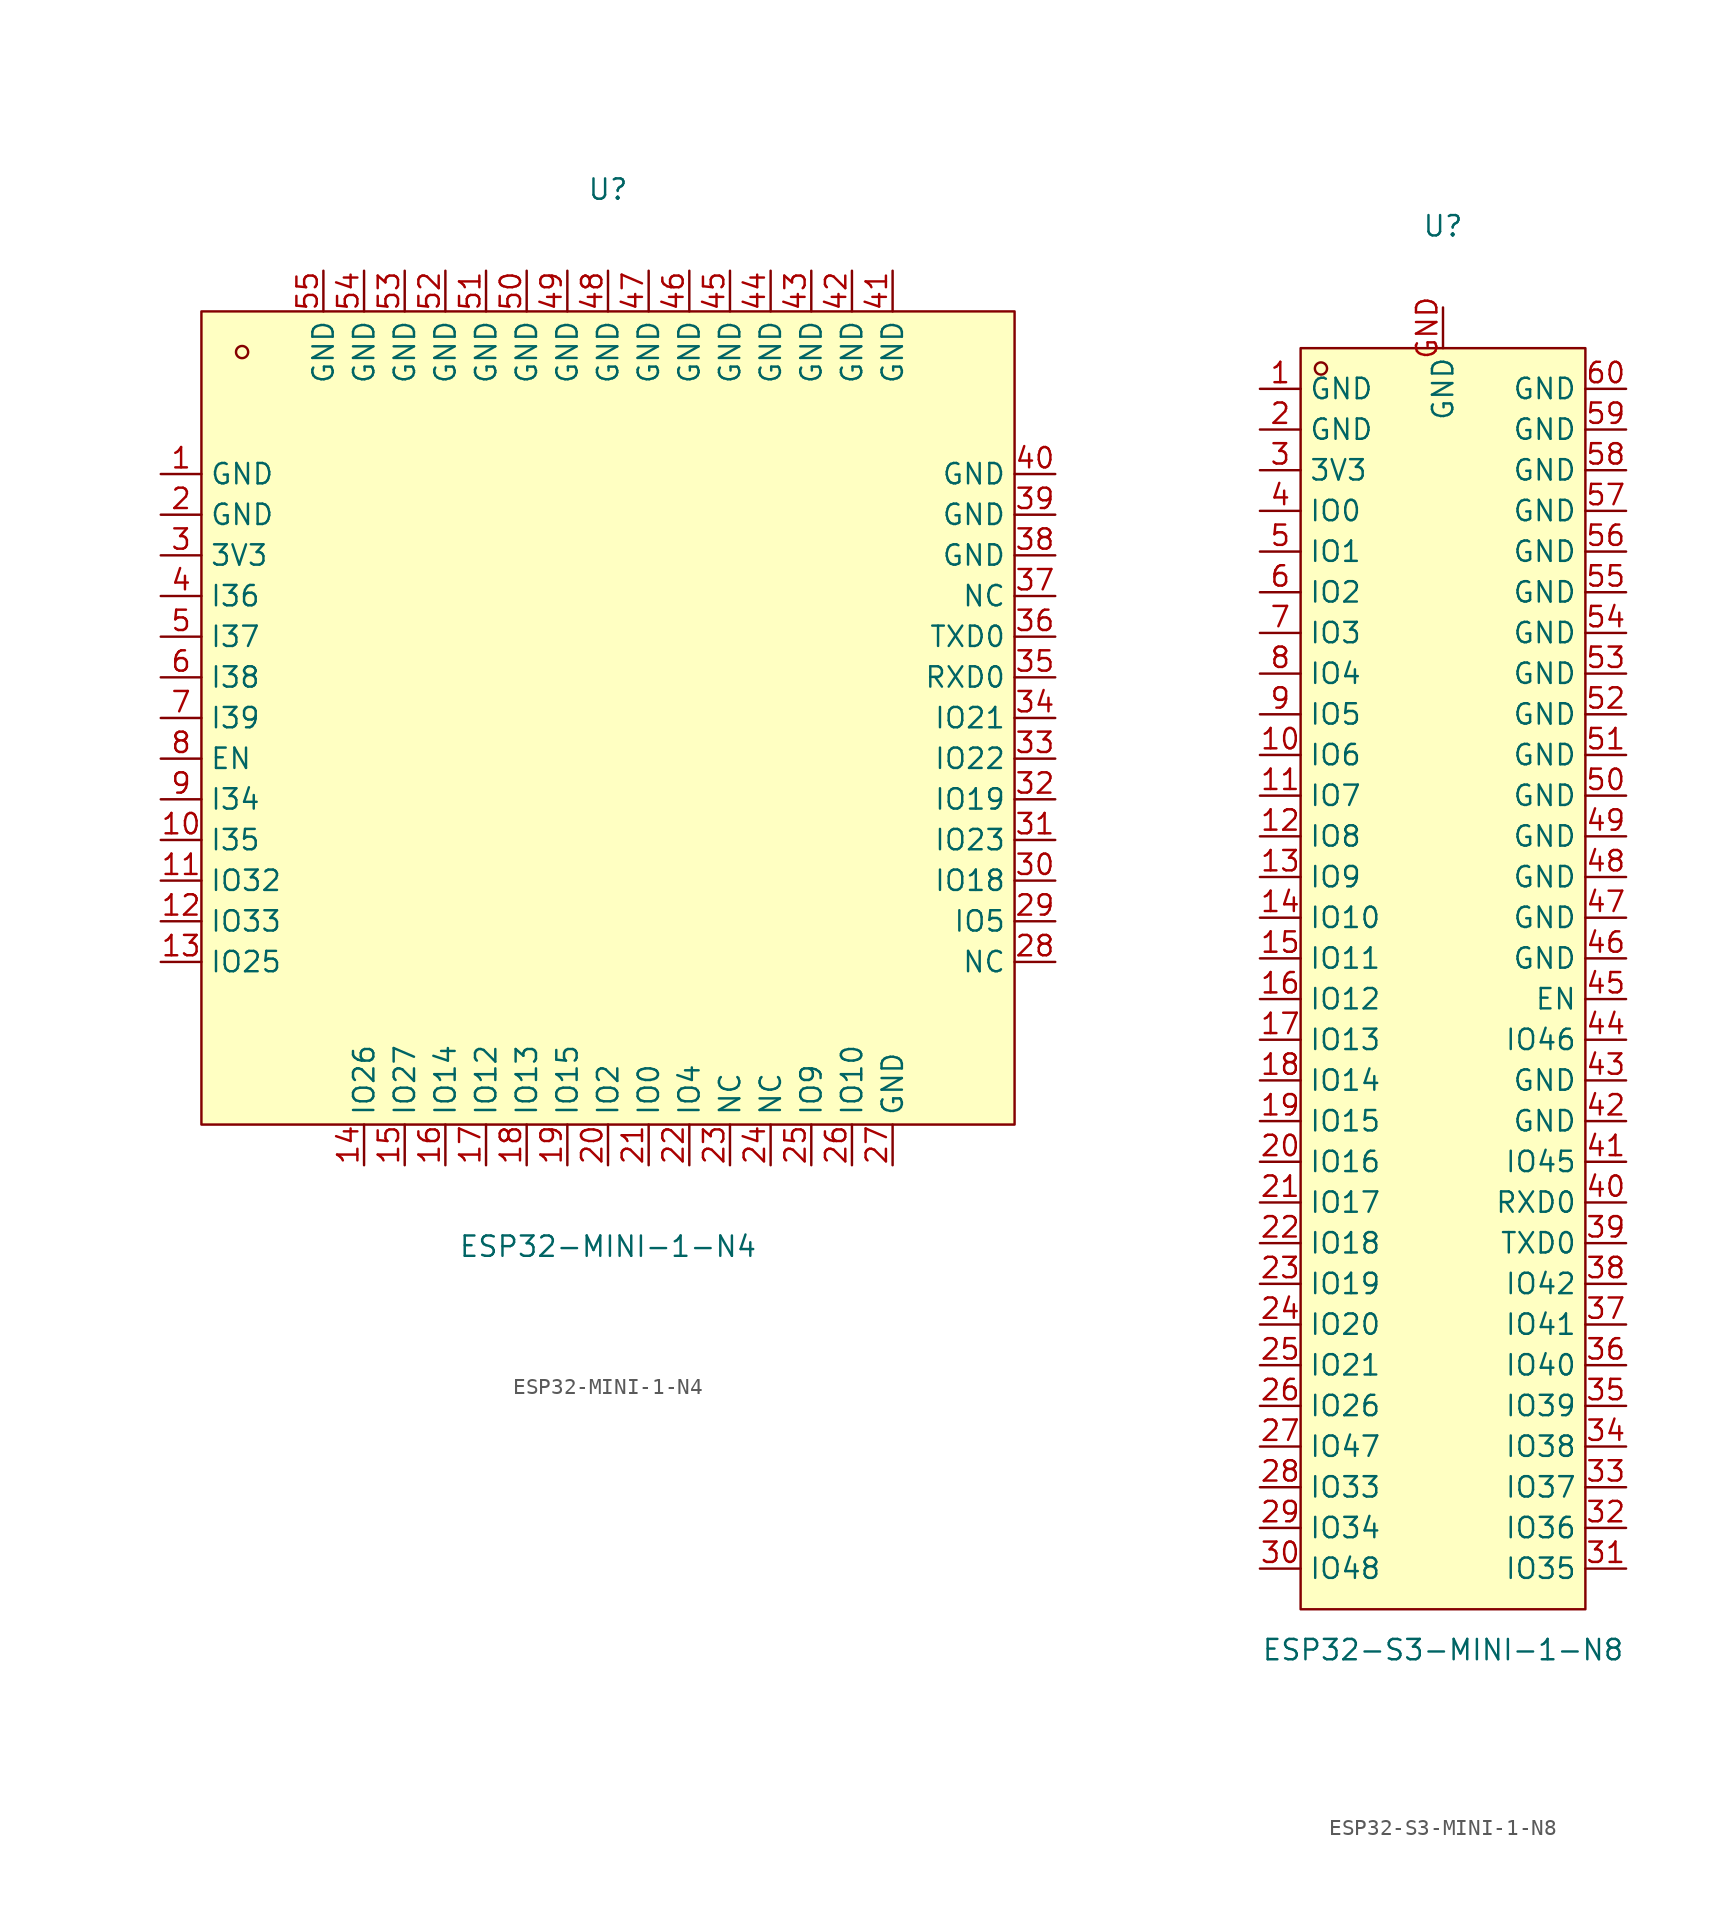
<source format=kicad_sym>
(kicad_symbol_lib
  (version 20231120)
  (generator "kicad_symbol_editor")
  (generator_version "8.0")
  (symbol "ESP32-MINI-1-N4"
    (property "Reference" "U"
      (at 0 33.02 0)
      (effects (font (size 1.27 1.27))))
    (property "Value" "ESP32-MINI-1-N4"
      (at 0 -33.02 0)
      (effects (font (size 1.27 1.27))))
    (symbol "ESP32-MINI-1-N4_0_1"
      (rectangle (start -25.4 25.4) (end 25.4 -25.4) (stroke (width 0) (type default)) (fill (type background)))
      (circle (center -22.86 22.86) (radius 0.38) (stroke (width 0) (type default)) (fill (type none)))
      (pin unspecified line (at -27.94 15.24 0) (length 2.54) (name "GND" (effects (font (size 1.27 1.27)))) (number "1" (effects (font (size 1.27 1.27)))))
      (pin unspecified line (at -27.94 -7.62 0) (length 2.54) (name "I35" (effects (font (size 1.27 1.27)))) (number "10" (effects (font (size 1.27 1.27)))))
      (pin unspecified line (at -27.94 -10.16 0) (length 2.54) (name "IO32" (effects (font (size 1.27 1.27)))) (number "11" (effects (font (size 1.27 1.27)))))
      (pin unspecified line (at -27.94 -12.7 0) (length 2.54) (name "IO33" (effects (font (size 1.27 1.27)))) (number "12" (effects (font (size 1.27 1.27)))))
      (pin unspecified line (at -27.94 -15.24 0) (length 2.54) (name "IO25" (effects (font (size 1.27 1.27)))) (number "13" (effects (font (size 1.27 1.27)))))
      (pin unspecified line (at -15.24 -27.94 90) (length 2.54) (name "IO26" (effects (font (size 1.27 1.27)))) (number "14" (effects (font (size 1.27 1.27)))))
      (pin unspecified line (at -12.7 -27.94 90) (length 2.54) (name "IO27" (effects (font (size 1.27 1.27)))) (number "15" (effects (font (size 1.27 1.27)))))
      (pin unspecified line (at -10.16 -27.94 90) (length 2.54) (name "IO14" (effects (font (size 1.27 1.27)))) (number "16" (effects (font (size 1.27 1.27)))))
      (pin unspecified line (at -7.62 -27.94 90) (length 2.54) (name "IO12" (effects (font (size 1.27 1.27)))) (number "17" (effects (font (size 1.27 1.27)))))
      (pin unspecified line (at -5.08 -27.94 90) (length 2.54) (name "IO13" (effects (font (size 1.27 1.27)))) (number "18" (effects (font (size 1.27 1.27)))))
      (pin unspecified line (at -2.54 -27.94 90) (length 2.54) (name "IO15" (effects (font (size 1.27 1.27)))) (number "19" (effects (font (size 1.27 1.27)))))
      (pin unspecified line (at -27.94 12.7 0) (length 2.54) (name "GND" (effects (font (size 1.27 1.27)))) (number "2" (effects (font (size 1.27 1.27)))))
      (pin unspecified line (at 0 -27.94 90) (length 2.54) (name "IO2" (effects (font (size 1.27 1.27)))) (number "20" (effects (font (size 1.27 1.27)))))
      (pin unspecified line (at 2.54 -27.94 90) (length 2.54) (name "IO0" (effects (font (size 1.27 1.27)))) (number "21" (effects (font (size 1.27 1.27)))))
      (pin unspecified line (at 5.08 -27.94 90) (length 2.54) (name "IO4" (effects (font (size 1.27 1.27)))) (number "22" (effects (font (size 1.27 1.27)))))
      (pin unspecified line (at 7.62 -27.94 90) (length 2.54) (name "NC" (effects (font (size 1.27 1.27)))) (number "23" (effects (font (size 1.27 1.27)))))
      (pin unspecified line (at 10.16 -27.94 90) (length 2.54) (name "NC" (effects (font (size 1.27 1.27)))) (number "24" (effects (font (size 1.27 1.27)))))
      (pin unspecified line (at 12.7 -27.94 90) (length 2.54) (name "IO9" (effects (font (size 1.27 1.27)))) (number "25" (effects (font (size 1.27 1.27)))))
      (pin unspecified line (at 15.24 -27.94 90) (length 2.54) (name "IO10" (effects (font (size 1.27 1.27)))) (number "26" (effects (font (size 1.27 1.27)))))
      (pin unspecified line (at 17.78 -27.94 90) (length 2.54) (name "GND" (effects (font (size 1.27 1.27)))) (number "27" (effects (font (size 1.27 1.27)))))
      (pin unspecified line (at 27.94 -15.24 180) (length 2.54) (name "NC" (effects (font (size 1.27 1.27)))) (number "28" (effects (font (size 1.27 1.27)))))
      (pin unspecified line (at 27.94 -12.7 180) (length 2.54) (name "IO5" (effects (font (size 1.27 1.27)))) (number "29" (effects (font (size 1.27 1.27)))))
      (pin unspecified line (at -27.94 10.16 0) (length 2.54) (name "3V3" (effects (font (size 1.27 1.27)))) (number "3" (effects (font (size 1.27 1.27)))))
      (pin unspecified line (at 27.94 -10.16 180) (length 2.54) (name "IO18" (effects (font (size 1.27 1.27)))) (number "30" (effects (font (size 1.27 1.27)))))
      (pin unspecified line (at 27.94 -7.62 180) (length 2.54) (name "IO23" (effects (font (size 1.27 1.27)))) (number "31" (effects (font (size 1.27 1.27)))))
      (pin unspecified line (at 27.94 -5.08 180) (length 2.54) (name "IO19" (effects (font (size 1.27 1.27)))) (number "32" (effects (font (size 1.27 1.27)))))
      (pin unspecified line (at 27.94 -2.54 180) (length 2.54) (name "IO22" (effects (font (size 1.27 1.27)))) (number "33" (effects (font (size 1.27 1.27)))))
      (pin unspecified line (at 27.94 0 180) (length 2.54) (name "IO21" (effects (font (size 1.27 1.27)))) (number "34" (effects (font (size 1.27 1.27)))))
      (pin unspecified line (at 27.94 2.54 180) (length 2.54) (name "RXD0" (effects (font (size 1.27 1.27)))) (number "35" (effects (font (size 1.27 1.27)))))
      (pin unspecified line (at 27.94 5.08 180) (length 2.54) (name "TXD0" (effects (font (size 1.27 1.27)))) (number "36" (effects (font (size 1.27 1.27)))))
      (pin unspecified line (at 27.94 7.62 180) (length 2.54) (name "NC" (effects (font (size 1.27 1.27)))) (number "37" (effects (font (size 1.27 1.27)))))
      (pin unspecified line (at 27.94 10.16 180) (length 2.54) (name "GND" (effects (font (size 1.27 1.27)))) (number "38" (effects (font (size 1.27 1.27)))))
      (pin unspecified line (at 27.94 12.7 180) (length 2.54) (name "GND" (effects (font (size 1.27 1.27)))) (number "39" (effects (font (size 1.27 1.27)))))
      (pin unspecified line (at -27.94 7.62 0) (length 2.54) (name "I36" (effects (font (size 1.27 1.27)))) (number "4" (effects (font (size 1.27 1.27)))))
      (pin unspecified line (at 27.94 15.24 180) (length 2.54) (name "GND" (effects (font (size 1.27 1.27)))) (number "40" (effects (font (size 1.27 1.27)))))
      (pin unspecified line (at 17.78 27.94 270) (length 2.54) (name "GND" (effects (font (size 1.27 1.27)))) (number "41" (effects (font (size 1.27 1.27)))))
      (pin unspecified line (at 15.24 27.94 270) (length 2.54) (name "GND" (effects (font (size 1.27 1.27)))) (number "42" (effects (font (size 1.27 1.27)))))
      (pin unspecified line (at 12.7 27.94 270) (length 2.54) (name "GND" (effects (font (size 1.27 1.27)))) (number "43" (effects (font (size 1.27 1.27)))))
      (pin unspecified line (at 10.16 27.94 270) (length 2.54) (name "GND" (effects (font (size 1.27 1.27)))) (number "44" (effects (font (size 1.27 1.27)))))
      (pin unspecified line (at 7.62 27.94 270) (length 2.54) (name "GND" (effects (font (size 1.27 1.27)))) (number "45" (effects (font (size 1.27 1.27)))))
      (pin unspecified line (at 5.08 27.94 270) (length 2.54) (name "GND" (effects (font (size 1.27 1.27)))) (number "46" (effects (font (size 1.27 1.27)))))
      (pin unspecified line (at 2.54 27.94 270) (length 2.54) (name "GND" (effects (font (size 1.27 1.27)))) (number "47" (effects (font (size 1.27 1.27)))))
      (pin unspecified line (at 0 27.94 270) (length 2.54) (name "GND" (effects (font (size 1.27 1.27)))) (number "48" (effects (font (size 1.27 1.27)))))
      (pin unspecified line (at -2.54 27.94 270) (length 2.54) (name "GND" (effects (font (size 1.27 1.27)))) (number "49" (effects (font (size 1.27 1.27)))))
      (pin unspecified line (at -27.94 5.08 0) (length 2.54) (name "I37" (effects (font (size 1.27 1.27)))) (number "5" (effects (font (size 1.27 1.27)))))
      (pin unspecified line (at -5.08 27.94 270) (length 2.54) (name "GND" (effects (font (size 1.27 1.27)))) (number "50" (effects (font (size 1.27 1.27)))))
      (pin unspecified line (at -7.62 27.94 270) (length 2.54) (name "GND" (effects (font (size 1.27 1.27)))) (number "51" (effects (font (size 1.27 1.27)))))
      (pin unspecified line (at -10.16 27.94 270) (length 2.54) (name "GND" (effects (font (size 1.27 1.27)))) (number "52" (effects (font (size 1.27 1.27)))))
      (pin unspecified line (at -12.7 27.94 270) (length 2.54) (name "GND" (effects (font (size 1.27 1.27)))) (number "53" (effects (font (size 1.27 1.27)))))
      (pin unspecified line (at -15.24 27.94 270) (length 2.54) (name "GND" (effects (font (size 1.27 1.27)))) (number "54" (effects (font (size 1.27 1.27)))))
      (pin unspecified line (at -17.78 27.94 270) (length 2.54) (name "GND" (effects (font (size 1.27 1.27)))) (number "55" (effects (font (size 1.27 1.27)))))
      (pin unspecified line (at -27.94 2.54 0) (length 2.54) (name "I38" (effects (font (size 1.27 1.27)))) (number "6" (effects (font (size 1.27 1.27)))))
      (pin unspecified line (at -27.94 0 0) (length 2.54) (name "I39" (effects (font (size 1.27 1.27)))) (number "7" (effects (font (size 1.27 1.27)))))
      (pin unspecified line (at -27.94 -2.54 0) (length 2.54) (name "EN" (effects (font (size 1.27 1.27)))) (number "8" (effects (font (size 1.27 1.27)))))
      (pin unspecified line (at -27.94 -5.08 0) (length 2.54) (name "I34" (effects (font (size 1.27 1.27)))) (number "9" (effects (font (size 1.27 1.27)))))))
  (symbol "ESP32-S3-MINI-1-N8"
    (property "Reference" "U"
      (at 0 46.99 0)
      (effects (font (size 1.27 1.27))))
    (property "Value" "ESP32-S3-MINI-1-N8"
      (at 0 -41.91 0)
      (effects (font (size 1.27 1.27))))
    (symbol "ESP32-S3-MINI-1-N8_0_1"
      (rectangle (start -8.89 39.37) (end 8.89 -39.37) (stroke (width 0) (type default)) (fill (type background)))
      (circle (center -7.62 38.1) (radius 0.38) (stroke (width 0) (type default)) (fill (type none)))
      (pin unspecified line (at -11.43 36.83 0) (length 2.54) (name "GND" (effects (font (size 1.27 1.27)))) (number "1" (effects (font (size 1.27 1.27)))))
      (pin unspecified line (at -11.43 13.97 0) (length 2.54) (name "IO6" (effects (font (size 1.27 1.27)))) (number "10" (effects (font (size 1.27 1.27)))))
      (pin unspecified line (at -11.43 11.43 0) (length 2.54) (name "IO7" (effects (font (size 1.27 1.27)))) (number "11" (effects (font (size 1.27 1.27)))))
      (pin unspecified line (at -11.43 8.89 0) (length 2.54) (name "IO8" (effects (font (size 1.27 1.27)))) (number "12" (effects (font (size 1.27 1.27)))))
      (pin unspecified line (at -11.43 6.35 0) (length 2.54) (name "IO9" (effects (font (size 1.27 1.27)))) (number "13" (effects (font (size 1.27 1.27)))))
      (pin unspecified line (at -11.43 3.81 0) (length 2.54) (name "IO10" (effects (font (size 1.27 1.27)))) (number "14" (effects (font (size 1.27 1.27)))))
      (pin unspecified line (at -11.43 1.27 0) (length 2.54) (name "IO11" (effects (font (size 1.27 1.27)))) (number "15" (effects (font (size 1.27 1.27)))))
      (pin unspecified line (at -11.43 -1.27 0) (length 2.54) (name "IO12" (effects (font (size 1.27 1.27)))) (number "16" (effects (font (size 1.27 1.27)))))
      (pin unspecified line (at -11.43 -3.81 0) (length 2.54) (name "IO13" (effects (font (size 1.27 1.27)))) (number "17" (effects (font (size 1.27 1.27)))))
      (pin unspecified line (at -11.43 -6.35 0) (length 2.54) (name "IO14" (effects (font (size 1.27 1.27)))) (number "18" (effects (font (size 1.27 1.27)))))
      (pin unspecified line (at -11.43 -8.89 0) (length 2.54) (name "IO15" (effects (font (size 1.27 1.27)))) (number "19" (effects (font (size 1.27 1.27)))))
      (pin unspecified line (at -11.43 34.29 0) (length 2.54) (name "GND" (effects (font (size 1.27 1.27)))) (number "2" (effects (font (size 1.27 1.27)))))
      (pin unspecified line (at -11.43 -11.43 0) (length 2.54) (name "IO16" (effects (font (size 1.27 1.27)))) (number "20" (effects (font (size 1.27 1.27)))))
      (pin unspecified line (at -11.43 -13.97 0) (length 2.54) (name "IO17" (effects (font (size 1.27 1.27)))) (number "21" (effects (font (size 1.27 1.27)))))
      (pin unspecified line (at -11.43 -16.51 0) (length 2.54) (name "IO18" (effects (font (size 1.27 1.27)))) (number "22" (effects (font (size 1.27 1.27)))))
      (pin unspecified line (at -11.43 -19.05 0) (length 2.54) (name "IO19" (effects (font (size 1.27 1.27)))) (number "23" (effects (font (size 1.27 1.27)))))
      (pin unspecified line (at -11.43 -21.59 0) (length 2.54) (name "IO20" (effects (font (size 1.27 1.27)))) (number "24" (effects (font (size 1.27 1.27)))))
      (pin unspecified line (at -11.43 -24.13 0) (length 2.54) (name "IO21" (effects (font (size 1.27 1.27)))) (number "25" (effects (font (size 1.27 1.27)))))
      (pin unspecified line (at -11.43 -26.67 0) (length 2.54) (name "IO26" (effects (font (size 1.27 1.27)))) (number "26" (effects (font (size 1.27 1.27)))))
      (pin unspecified line (at -11.43 -29.21 0) (length 2.54) (name "IO47" (effects (font (size 1.27 1.27)))) (number "27" (effects (font (size 1.27 1.27)))))
      (pin unspecified line (at -11.43 -31.75 0) (length 2.54) (name "IO33" (effects (font (size 1.27 1.27)))) (number "28" (effects (font (size 1.27 1.27)))))
      (pin unspecified line (at -11.43 -34.29 0) (length 2.54) (name "IO34" (effects (font (size 1.27 1.27)))) (number "29" (effects (font (size 1.27 1.27)))))
      (pin unspecified line (at -11.43 31.75 0) (length 2.54) (name "3V3" (effects (font (size 1.27 1.27)))) (number "3" (effects (font (size 1.27 1.27)))))
      (pin unspecified line (at -11.43 -36.83 0) (length 2.54) (name "IO48" (effects (font (size 1.27 1.27)))) (number "30" (effects (font (size 1.27 1.27)))))
      (pin unspecified line (at 11.43 -36.83 180) (length 2.54) (name "IO35" (effects (font (size 1.27 1.27)))) (number "31" (effects (font (size 1.27 1.27)))))
      (pin unspecified line (at 11.43 -34.29 180) (length 2.54) (name "IO36" (effects (font (size 1.27 1.27)))) (number "32" (effects (font (size 1.27 1.27)))))
      (pin unspecified line (at 11.43 -31.75 180) (length 2.54) (name "IO37" (effects (font (size 1.27 1.27)))) (number "33" (effects (font (size 1.27 1.27)))))
      (pin unspecified line (at 11.43 -29.21 180) (length 2.54) (name "IO38" (effects (font (size 1.27 1.27)))) (number "34" (effects (font (size 1.27 1.27)))))
      (pin unspecified line (at 11.43 -26.67 180) (length 2.54) (name "IO39" (effects (font (size 1.27 1.27)))) (number "35" (effects (font (size 1.27 1.27)))))
      (pin unspecified line (at 11.43 -24.13 180) (length 2.54) (name "IO40" (effects (font (size 1.27 1.27)))) (number "36" (effects (font (size 1.27 1.27)))))
      (pin unspecified line (at 11.43 -21.59 180) (length 2.54) (name "IO41" (effects (font (size 1.27 1.27)))) (number "37" (effects (font (size 1.27 1.27)))))
      (pin unspecified line (at 11.43 -19.05 180) (length 2.54) (name "IO42" (effects (font (size 1.27 1.27)))) (number "38" (effects (font (size 1.27 1.27)))))
      (pin unspecified line (at 11.43 -16.51 180) (length 2.54) (name "TXD0" (effects (font (size 1.27 1.27)))) (number "39" (effects (font (size 1.27 1.27)))))
      (pin unspecified line (at -11.43 29.21 0) (length 2.54) (name "IO0" (effects (font (size 1.27 1.27)))) (number "4" (effects (font (size 1.27 1.27)))))
      (pin unspecified line (at 11.43 -13.97 180) (length 2.54) (name "RXD0" (effects (font (size 1.27 1.27)))) (number "40" (effects (font (size 1.27 1.27)))))
      (pin unspecified line (at 11.43 -11.43 180) (length 2.54) (name "IO45" (effects (font (size 1.27 1.27)))) (number "41" (effects (font (size 1.27 1.27)))))
      (pin unspecified line (at 11.43 -8.89 180) (length 2.54) (name "GND" (effects (font (size 1.27 1.27)))) (number "42" (effects (font (size 1.27 1.27)))))
      (pin unspecified line (at 11.43 -6.35 180) (length 2.54) (name "GND" (effects (font (size 1.27 1.27)))) (number "43" (effects (font (size 1.27 1.27)))))
      (pin unspecified line (at 11.43 -3.81 180) (length 2.54) (name "IO46" (effects (font (size 1.27 1.27)))) (number "44" (effects (font (size 1.27 1.27)))))
      (pin unspecified line (at 11.43 -1.27 180) (length 2.54) (name "EN" (effects (font (size 1.27 1.27)))) (number "45" (effects (font (size 1.27 1.27)))))
      (pin unspecified line (at 11.43 1.27 180) (length 2.54) (name "GND" (effects (font (size 1.27 1.27)))) (number "46" (effects (font (size 1.27 1.27)))))
      (pin unspecified line (at 11.43 3.81 180) (length 2.54) (name "GND" (effects (font (size 1.27 1.27)))) (number "47" (effects (font (size 1.27 1.27)))))
      (pin unspecified line (at 11.43 6.35 180) (length 2.54) (name "GND" (effects (font (size 1.27 1.27)))) (number "48" (effects (font (size 1.27 1.27)))))
      (pin unspecified line (at 11.43 8.89 180) (length 2.54) (name "GND" (effects (font (size 1.27 1.27)))) (number "49" (effects (font (size 1.27 1.27)))))
      (pin unspecified line (at -11.43 26.67 0) (length 2.54) (name "IO1" (effects (font (size 1.27 1.27)))) (number "5" (effects (font (size 1.27 1.27)))))
      (pin unspecified line (at 11.43 11.43 180) (length 2.54) (name "GND" (effects (font (size 1.27 1.27)))) (number "50" (effects (font (size 1.27 1.27)))))
      (pin unspecified line (at 11.43 13.97 180) (length 2.54) (name "GND" (effects (font (size 1.27 1.27)))) (number "51" (effects (font (size 1.27 1.27)))))
      (pin unspecified line (at 11.43 16.51 180) (length 2.54) (name "GND" (effects (font (size 1.27 1.27)))) (number "52" (effects (font (size 1.27 1.27)))))
      (pin unspecified line (at 11.43 19.05 180) (length 2.54) (name "GND" (effects (font (size 1.27 1.27)))) (number "53" (effects (font (size 1.27 1.27)))))
      (pin unspecified line (at 11.43 21.59 180) (length 2.54) (name "GND" (effects (font (size 1.27 1.27)))) (number "54" (effects (font (size 1.27 1.27)))))
      (pin unspecified line (at 11.43 24.13 180) (length 2.54) (name "GND" (effects (font (size 1.27 1.27)))) (number "55" (effects (font (size 1.27 1.27)))))
      (pin unspecified line (at 11.43 26.67 180) (length 2.54) (name "GND" (effects (font (size 1.27 1.27)))) (number "56" (effects (font (size 1.27 1.27)))))
      (pin unspecified line (at 11.43 29.21 180) (length 2.54) (name "GND" (effects (font (size 1.27 1.27)))) (number "57" (effects (font (size 1.27 1.27)))))
      (pin unspecified line (at 11.43 31.75 180) (length 2.54) (name "GND" (effects (font (size 1.27 1.27)))) (number "58" (effects (font (size 1.27 1.27)))))
      (pin unspecified line (at 11.43 34.29 180) (length 2.54) (name "GND" (effects (font (size 1.27 1.27)))) (number "59" (effects (font (size 1.27 1.27)))))
      (pin unspecified line (at -11.43 24.13 0) (length 2.54) (name "IO2" (effects (font (size 1.27 1.27)))) (number "6" (effects (font (size 1.27 1.27)))))
      (pin unspecified line (at 11.43 36.83 180) (length 2.54) (name "GND" (effects (font (size 1.27 1.27)))) (number "60" (effects (font (size 1.27 1.27)))))
      (pin unspecified line (at -11.43 21.59 0) (length 2.54) (name "IO3" (effects (font (size 1.27 1.27)))) (number "7" (effects (font (size 1.27 1.27)))))
      (pin unspecified line (at -11.43 19.05 0) (length 2.54) (name "IO4" (effects (font (size 1.27 1.27)))) (number "8" (effects (font (size 1.27 1.27)))))
      (pin unspecified line (at -11.43 16.51 0) (length 2.54) (name "IO5" (effects (font (size 1.27 1.27)))) (number "9" (effects (font (size 1.27 1.27)))))
      (pin unspecified line (at 0 41.91 270) (length 2.54) (name "GND" (effects (font (size 1.27 1.27)))) (number "GND" (effects (font (size 1.27 1.27))))))))
</source>
